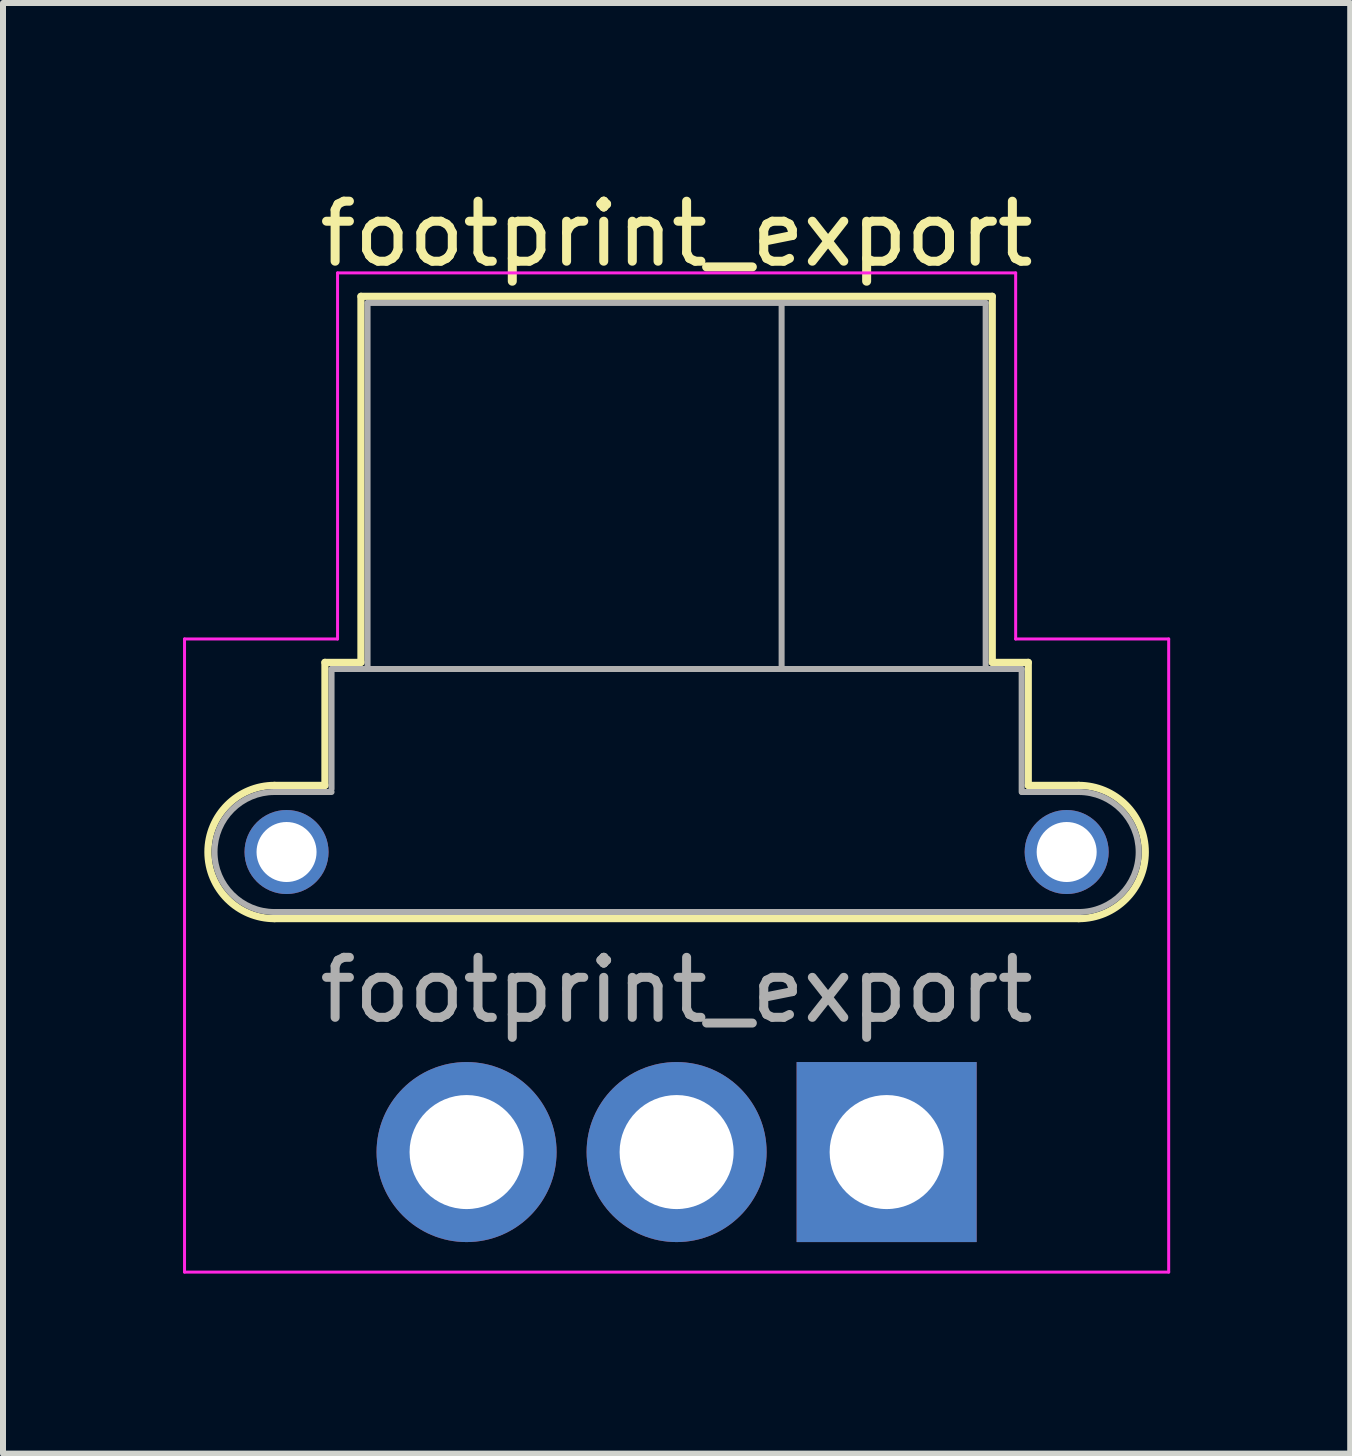
<source format=kicad_pcb>
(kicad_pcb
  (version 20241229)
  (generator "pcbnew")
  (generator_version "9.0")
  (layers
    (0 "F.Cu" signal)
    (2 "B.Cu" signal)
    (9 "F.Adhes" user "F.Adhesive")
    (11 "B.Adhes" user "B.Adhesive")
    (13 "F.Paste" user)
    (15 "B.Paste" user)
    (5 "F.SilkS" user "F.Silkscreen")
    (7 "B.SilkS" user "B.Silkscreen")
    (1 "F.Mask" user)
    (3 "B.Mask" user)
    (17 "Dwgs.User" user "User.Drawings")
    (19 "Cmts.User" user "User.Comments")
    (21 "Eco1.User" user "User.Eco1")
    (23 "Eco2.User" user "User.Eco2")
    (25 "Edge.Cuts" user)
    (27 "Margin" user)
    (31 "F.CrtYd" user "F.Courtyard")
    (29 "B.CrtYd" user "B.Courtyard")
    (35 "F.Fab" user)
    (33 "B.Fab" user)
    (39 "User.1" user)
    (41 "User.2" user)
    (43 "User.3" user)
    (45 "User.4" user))
  (footprint "footprint_export"
    (layer "F.Cu")
    (at 11.725 16.148)
    (property "Reference" "footprint_export" (at -3.5 -15.3 0) (layer "F.SilkS") (effects (font (size 1 1) (thickness 0.15))))
    (attr through_hole)
    (fp_line (start -10.2 -6.11) (end -9.36 -6.11) (stroke (width 0.12) (type solid)) (layer "F.SilkS"))
    (fp_line (start -10.2 -3.89) (end 3.2 -3.89) (stroke (width 0.12) (type solid)) (layer "F.SilkS"))
    (fp_line (start -9.36 -8.16) (end -9.36 -6.11) (stroke (width 0.12) (type solid)) (layer "F.SilkS"))
    (fp_line (start -9.36 -8.16) (end -8.76 -8.16) (stroke (width 0.12) (type solid)) (layer "F.SilkS"))
    (fp_line (start -8.76 -14.26) (end -8.76 -8.16) (stroke (width 0.12) (type solid)) (layer "F.SilkS"))
    (fp_line (start -8.76 -14.26) (end 1.76 -14.26) (stroke (width 0.12) (type solid)) (layer "F.SilkS"))
    (fp_line (start 1.76 -14.26) (end 1.76 -8.16) (stroke (width 0.12) (type solid)) (layer "F.SilkS"))
    (fp_line (start 1.76 -8.16) (end 2.36 -8.16) (stroke (width 0.12) (type solid)) (layer "F.SilkS"))
    (fp_line (start 2.36 -8.16) (end 2.36 -6.11) (stroke (width 0.12) (type solid)) (layer "F.SilkS"))
    (fp_line (start 2.36 -6.11) (end 3.2 -6.11) (stroke (width 0.12) (type solid)) (layer "F.SilkS"))
    (fp_arc (start -10.2 -3.89) (mid -11.31 -5) (end -10.2 -6.11) (stroke (width 0.12) (type solid)) (layer "F.SilkS"))
    (fp_arc (start 3.2 -6.11) (mid 4.31 -5) (end 3.2 -3.89) (stroke (width 0.12) (type solid)) (layer "F.SilkS"))
    (fp_line (start -11.7 -8.55) (end -11.7 2) (stroke (width 0.05) (type solid)) (layer "F.CrtYd"))
    (fp_line (start -11.7 2) (end 4.7 2) (stroke (width 0.05) (type solid)) (layer "F.CrtYd"))
    (fp_line (start -9.15 -14.65) (end -9.15 -8.55) (stroke (width 0.05) (type solid)) (layer "F.CrtYd"))
    (fp_line (start -9.15 -14.65) (end 2.15 -14.65) (stroke (width 0.05) (type solid)) (layer "F.CrtYd"))
    (fp_line (start -9.15 -8.55) (end -11.7 -8.55) (stroke (width 0.05) (type solid)) (layer "F.CrtYd"))
    (fp_line (start 2.15 -14.65) (end 2.15 -8.55) (stroke (width 0.05) (type solid)) (layer "F.CrtYd"))
    (fp_line (start 4.7 -8.55) (end 2.15 -8.55) (stroke (width 0.05) (type solid)) (layer "F.CrtYd"))
    (fp_line (start 4.7 -8.55) (end 4.7 2) (stroke (width 0.05) (type solid)) (layer "F.CrtYd"))
    (fp_line (start -10.2 -6) (end -9.25 -6) (stroke (width 0.1) (type solid)) (layer "F.Fab"))
    (fp_line (start -10.2 -4) (end 3.2 -4) (stroke (width 0.1) (type solid)) (layer "F.Fab"))
    (fp_line (start -9.25 -8.05) (end -9.25 -6.05) (stroke (width 0.1) (type solid)) (layer "F.Fab"))
    (fp_line (start -9.25 -8.05) (end 2.25 -8.05) (stroke (width 0.1) (type solid)) (layer "F.Fab"))
    (fp_line (start -8.65 -14.15) (end -8.65 -8.05) (stroke (width 0.1) (type solid)) (layer "F.Fab"))
    (fp_line (start -8.65 -14.15) (end 1.65 -14.15) (stroke (width 0.1) (type solid)) (layer "F.Fab"))
    (fp_line (start -1.75 -14.15) (end -1.75 -8.05) (stroke (width 0.1) (type solid)) (layer "F.Fab"))
    (fp_line (start 1.65 -14.15) (end 1.65 -8.05) (stroke (width 0.1) (type solid)) (layer "F.Fab"))
    (fp_line (start 2.25 -8.05) (end 2.25 -6) (stroke (width 0.1) (type solid)) (layer "F.Fab"))
    (fp_line (start 2.255 -6) (end 3.2 -6) (stroke (width 0.1) (type solid)) (layer "F.Fab"))
    (fp_arc (start -10.2 -4) (mid -11.2 -5) (end -10.2 -6) (stroke (width 0.1) (type solid)) (layer "F.Fab"))
    (fp_arc (start 3.2 -6) (mid 4.2 -5) (end 3.2 -4) (stroke (width 0.1) (type solid)) (layer "F.Fab"))
    (fp_text user "${REFERENCE}" (at -3.5 -2.7 0) (layer "F.Fab") (effects (font (size 1 1) (thickness 0.15))))
    (pad "" thru_hole circle (at -10 -5) (size 1.4 1.4) (drill 1) (layers "*.Cu" "*.Mask"))
    (pad "" thru_hole circle (at 3 -5 90) (size 1.4 1.4) (drill 1) (layers "*.Cu" "*.Mask"))
    (pad "1" thru_hole rect (at 0 0) (size 3 3) (drill 1.9) (layers "*.Cu" "*.Mask"))
    (pad "2" thru_hole circle (at -3.5 0) (size 3 3) (drill 1.9) (layers "*.Cu" "*.Mask"))
    (pad "3" thru_hole circle (at -7 0) (size 3 3) (drill 1.9) (layers "*.Cu" "*.Mask")))
  (gr_rect
    (start -3 -3)
    (end 19.45 21.173)
    (stroke (width 0.1) (type default))
    (fill no)
    (layer "Edge.Cuts")))
</source>
